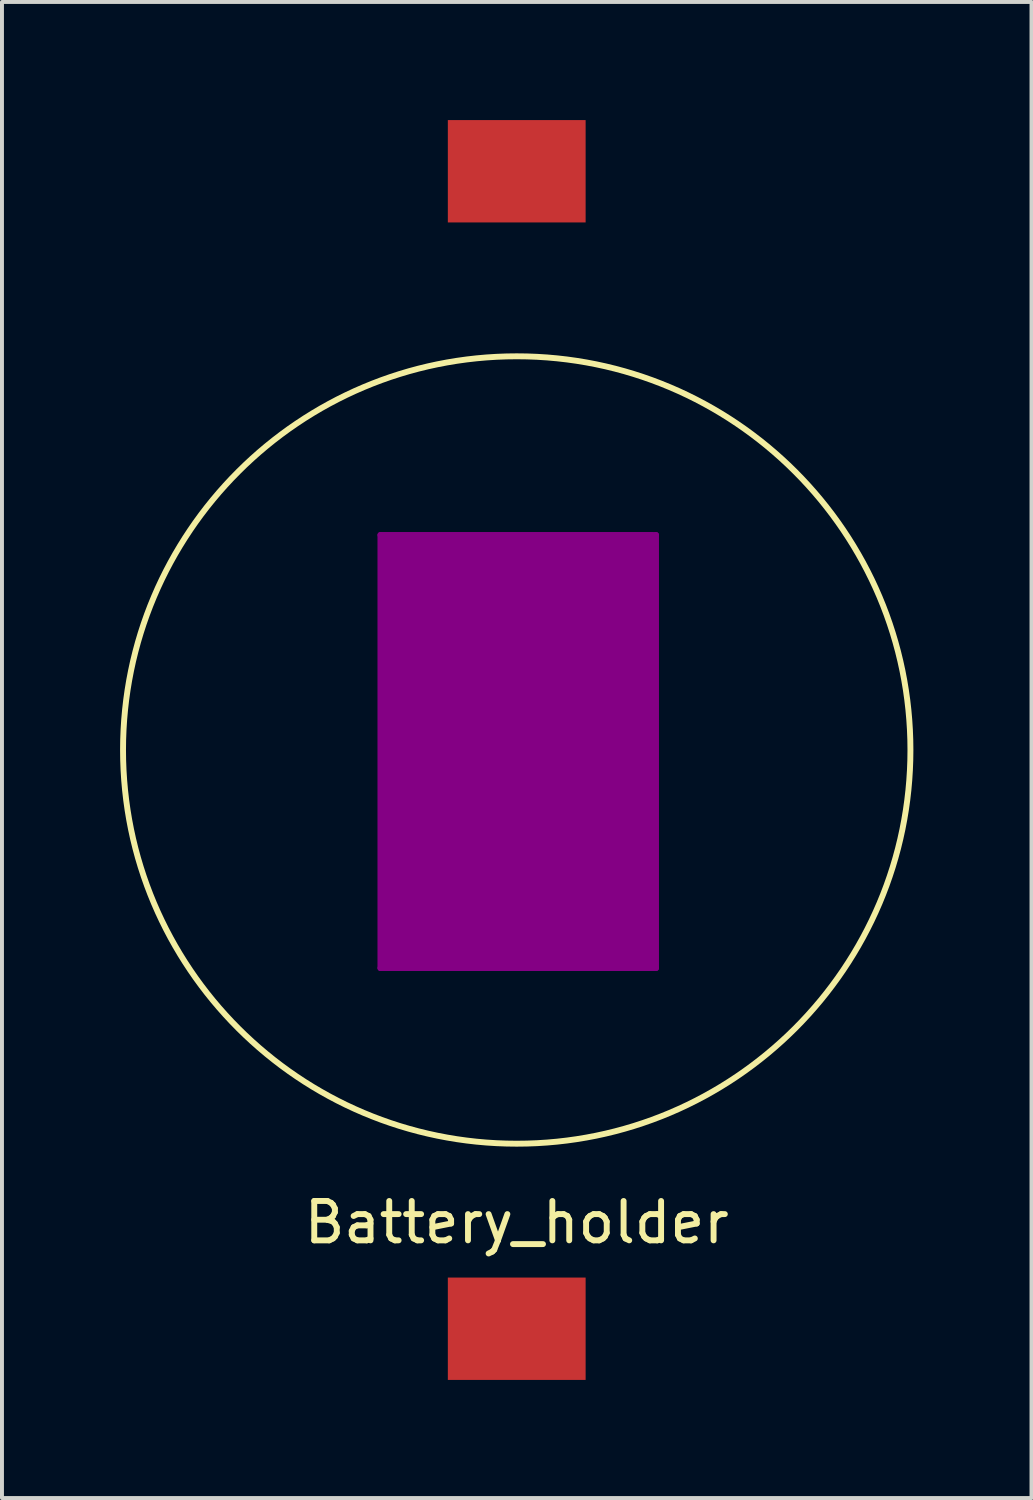
<source format=kicad_pcb>
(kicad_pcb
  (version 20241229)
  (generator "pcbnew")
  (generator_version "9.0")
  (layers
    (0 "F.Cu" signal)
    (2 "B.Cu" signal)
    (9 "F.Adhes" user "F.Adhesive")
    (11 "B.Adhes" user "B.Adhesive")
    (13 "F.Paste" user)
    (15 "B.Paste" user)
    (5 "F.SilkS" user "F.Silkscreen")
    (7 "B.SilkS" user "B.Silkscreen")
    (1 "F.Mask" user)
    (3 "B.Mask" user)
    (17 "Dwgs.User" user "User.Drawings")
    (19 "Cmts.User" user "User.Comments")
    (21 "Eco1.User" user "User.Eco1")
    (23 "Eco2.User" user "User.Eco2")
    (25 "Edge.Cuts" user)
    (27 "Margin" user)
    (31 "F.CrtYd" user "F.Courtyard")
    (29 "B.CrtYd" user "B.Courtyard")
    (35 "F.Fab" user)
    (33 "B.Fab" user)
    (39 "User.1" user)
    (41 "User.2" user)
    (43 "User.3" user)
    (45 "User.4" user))
  (footprint "Battery_holder"
    (layer "F.Cu")
    (at 10.075 16)
    (property "Reference" "Battery_holder" (at 0 12 0) (layer "F.SilkS") (effects (font (size 1 1) (thickness 0.15))))
    (attr through_hole)
    (fp_circle (center 0 0) (end 10 0) (stroke (width 0.15) (type solid)) (fill no) (layer "F.SilkS"))
    (fp_line (start -3.462 -5.461) (end 3.538 -5.461) (stroke (width 0.15) (type solid)) (layer "F.Adhes"))
    (fp_line (start -3.462 5.539) (end -3.462 -5.461) (stroke (width 0.15) (type solid)) (layer "F.Adhes"))
    (fp_line (start -3.462 5.539) (end 3.538 5.539) (stroke (width 0.15) (type solid)) (layer "F.Adhes"))
    (fp_line (start 3.538 -5.461) (end 3.538 5.539) (stroke (width 0.15) (type solid)) (layer "F.Adhes"))
    (fp_poly (pts (xy -3.429 -5.461) (xy 3.429 -5.461) (xy 3.429 5.461) (xy -3.429 5.461)) (stroke (width 0.15) (type solid)) (fill yes) (layer "F.Adhes"))
    (pad "1" smd rect (at 0 -14.7) (size 3.5 2.6) (layers "F.Cu" "F.Mask" "F.Paste"))
    (pad "2" smd rect (at 0 14.7) (size 3.5 2.6) (layers "F.Cu" "F.Mask" "F.Paste")))
  (gr_rect
    (start -3 -3)
    (end 23.15 35)
    (stroke (width 0.1) (type default))
    (fill no)
    (layer "Edge.Cuts")))
</source>
